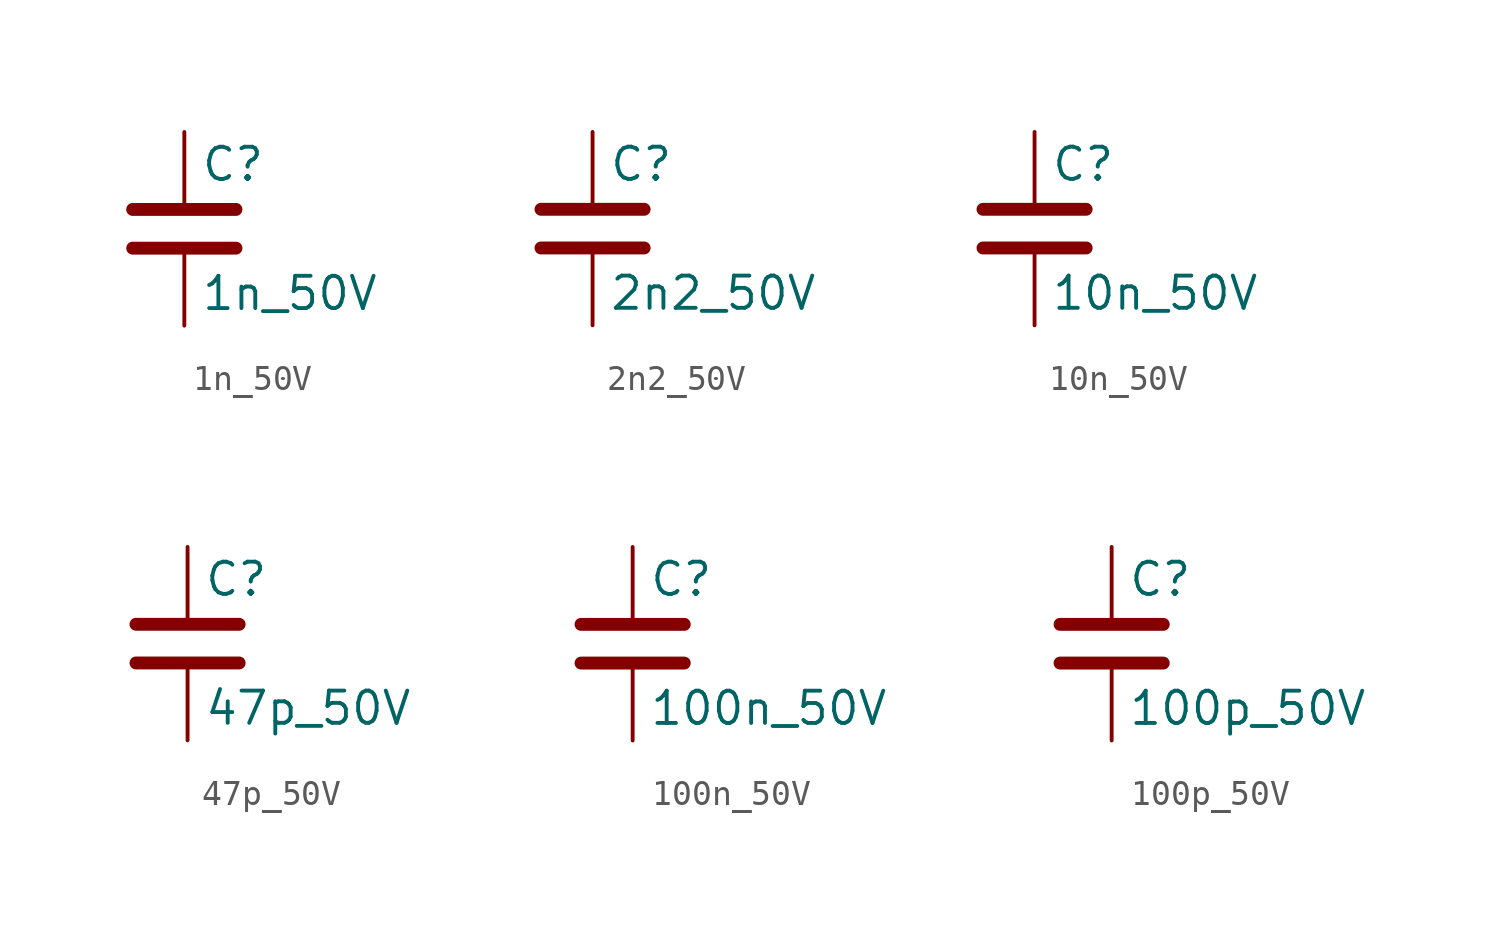
<source format=kicad_sym>
(kicad_symbol_lib
  (version 20220914)
  (generator kicad_db_lib)
  (symbol "1n_50V"
    (pin_numbers hide)
    (pin_names
      (offset 0.254))
    (property "Reference" "C"
      (at 0.635 2.54 0)
      (effects (font (size 1.27 1.27)) (justify left)))
    (property "Value" "1n_50V"
      (at 0.635 -2.54 0)
      (effects (font (size 1.27 1.27)) (justify left)))
    (symbol "1n_50V_0_1"
      (polyline (pts (xy -2.032 -0.762) (xy 2.032 -0.762)) (stroke (width 0.508) (type default)) (fill (type none)))
      (polyline (pts (xy -2.032 0.762) (xy 2.032 0.762)) (stroke (width 0.508) (type default)) (fill (type none))))
    (symbol "1n_50V_1_1"
      (pin passive line (at 0 3.81 270) (length 2.794) (name "~" (effects (font (size 1.27 1.27)))) (number "1" (effects (font (size 1.27 1.27)))))
      (pin passive line (at 0 -3.81 90) (length 2.794) (name "~" (effects (font (size 1.27 1.27)))) (number "2" (effects (font (size 1.27 1.27)))))))
  (symbol "2n2_50V"
    (pin_numbers hide)
    (pin_names
      (offset 0.254))
    (property "Reference" "C"
      (at 0.635 2.54 0)
      (effects (font (size 1.27 1.27)) (justify left)))
    (property "Value" "2n2_50V"
      (at 0.635 -2.54 0)
      (effects (font (size 1.27 1.27)) (justify left)))
    (symbol "2n2_50V_0_1"
      (polyline (pts (xy -2.032 -0.762) (xy 2.032 -0.762)) (stroke (width 0.508) (type default)) (fill (type none)))
      (polyline (pts (xy -2.032 0.762) (xy 2.032 0.762)) (stroke (width 0.508) (type default)) (fill (type none))))
    (symbol "2n2_50V_1_1"
      (pin passive line (at 0 3.81 270) (length 2.794) (name "~" (effects (font (size 1.27 1.27)))) (number "1" (effects (font (size 1.27 1.27)))))
      (pin passive line (at 0 -3.81 90) (length 2.794) (name "~" (effects (font (size 1.27 1.27)))) (number "2" (effects (font (size 1.27 1.27)))))))
  (symbol "10n_50V"
    (pin_numbers hide)
    (pin_names
      (offset 0.254))
    (property "Reference" "C"
      (at 0.635 2.54 0)
      (effects (font (size 1.27 1.27)) (justify left)))
    (property "Value" "10n_50V"
      (at 0.635 -2.54 0)
      (effects (font (size 1.27 1.27)) (justify left)))
    (symbol "10n_50V_0_1"
      (polyline (pts (xy -2.032 -0.762) (xy 2.032 -0.762)) (stroke (width 0.508) (type default)) (fill (type none)))
      (polyline (pts (xy -2.032 0.762) (xy 2.032 0.762)) (stroke (width 0.508) (type default)) (fill (type none))))
    (symbol "10n_50V_1_1"
      (pin passive line (at 0 3.81 270) (length 2.794) (name "~" (effects (font (size 1.27 1.27)))) (number "1" (effects (font (size 1.27 1.27)))))
      (pin passive line (at 0 -3.81 90) (length 2.794) (name "~" (effects (font (size 1.27 1.27)))) (number "2" (effects (font (size 1.27 1.27)))))))
  (symbol "47p_50V"
    (pin_numbers hide)
    (pin_names
      (offset 0.254))
    (property "Reference" "C"
      (at 0.635 2.54 0)
      (effects (font (size 1.27 1.27)) (justify left)))
    (property "Value" "47p_50V"
      (at 0.635 -2.54 0)
      (effects (font (size 1.27 1.27)) (justify left)))
    (symbol "47p_50V_0_1"
      (polyline (pts (xy -2.032 -0.762) (xy 2.032 -0.762)) (stroke (width 0.508) (type default)) (fill (type none)))
      (polyline (pts (xy -2.032 0.762) (xy 2.032 0.762)) (stroke (width 0.508) (type default)) (fill (type none))))
    (symbol "47p_50V_1_1"
      (pin passive line (at 0 3.81 270) (length 2.794) (name "~" (effects (font (size 1.27 1.27)))) (number "1" (effects (font (size 1.27 1.27)))))
      (pin passive line (at 0 -3.81 90) (length 2.794) (name "~" (effects (font (size 1.27 1.27)))) (number "2" (effects (font (size 1.27 1.27)))))))
  (symbol "100n_50V"
    (pin_numbers hide)
    (pin_names
      (offset 0.254))
    (property "Reference" "C"
      (at 0.635 2.54 0)
      (effects (font (size 1.27 1.27)) (justify left)))
    (property "Value" "100n_50V"
      (at 0.635 -2.54 0)
      (effects (font (size 1.27 1.27)) (justify left)))
    (symbol "100n_50V_0_1"
      (polyline (pts (xy -2.032 -0.762) (xy 2.032 -0.762)) (stroke (width 0.508) (type default)) (fill (type none)))
      (polyline (pts (xy -2.032 0.762) (xy 2.032 0.762)) (stroke (width 0.508) (type default)) (fill (type none))))
    (symbol "100n_50V_1_1"
      (pin passive line (at 0 3.81 270) (length 2.794) (name "~" (effects (font (size 1.27 1.27)))) (number "1" (effects (font (size 1.27 1.27)))))
      (pin passive line (at 0 -3.81 90) (length 2.794) (name "~" (effects (font (size 1.27 1.27)))) (number "2" (effects (font (size 1.27 1.27)))))))
  (symbol "100p_50V"
    (pin_numbers hide)
    (pin_names
      (offset 0.254))
    (property "Reference" "C"
      (at 0.635 2.54 0)
      (effects (font (size 1.27 1.27)) (justify left)))
    (property "Value" "100p_50V"
      (at 0.635 -2.54 0)
      (effects (font (size 1.27 1.27)) (justify left)))
    (symbol "100p_50V_0_1"
      (polyline (pts (xy -2.032 -0.762) (xy 2.032 -0.762)) (stroke (width 0.508) (type default)) (fill (type none)))
      (polyline (pts (xy -2.032 0.762) (xy 2.032 0.762)) (stroke (width 0.508) (type default)) (fill (type none))))
    (symbol "100p_50V_1_1"
      (pin passive line (at 0 3.81 270) (length 2.794) (name "~" (effects (font (size 1.27 1.27)))) (number "1" (effects (font (size 1.27 1.27)))))
      (pin passive line (at 0 -3.81 90) (length 2.794) (name "~" (effects (font (size 1.27 1.27)))) (number "2" (effects (font (size 1.27 1.27))))))))
</source>
